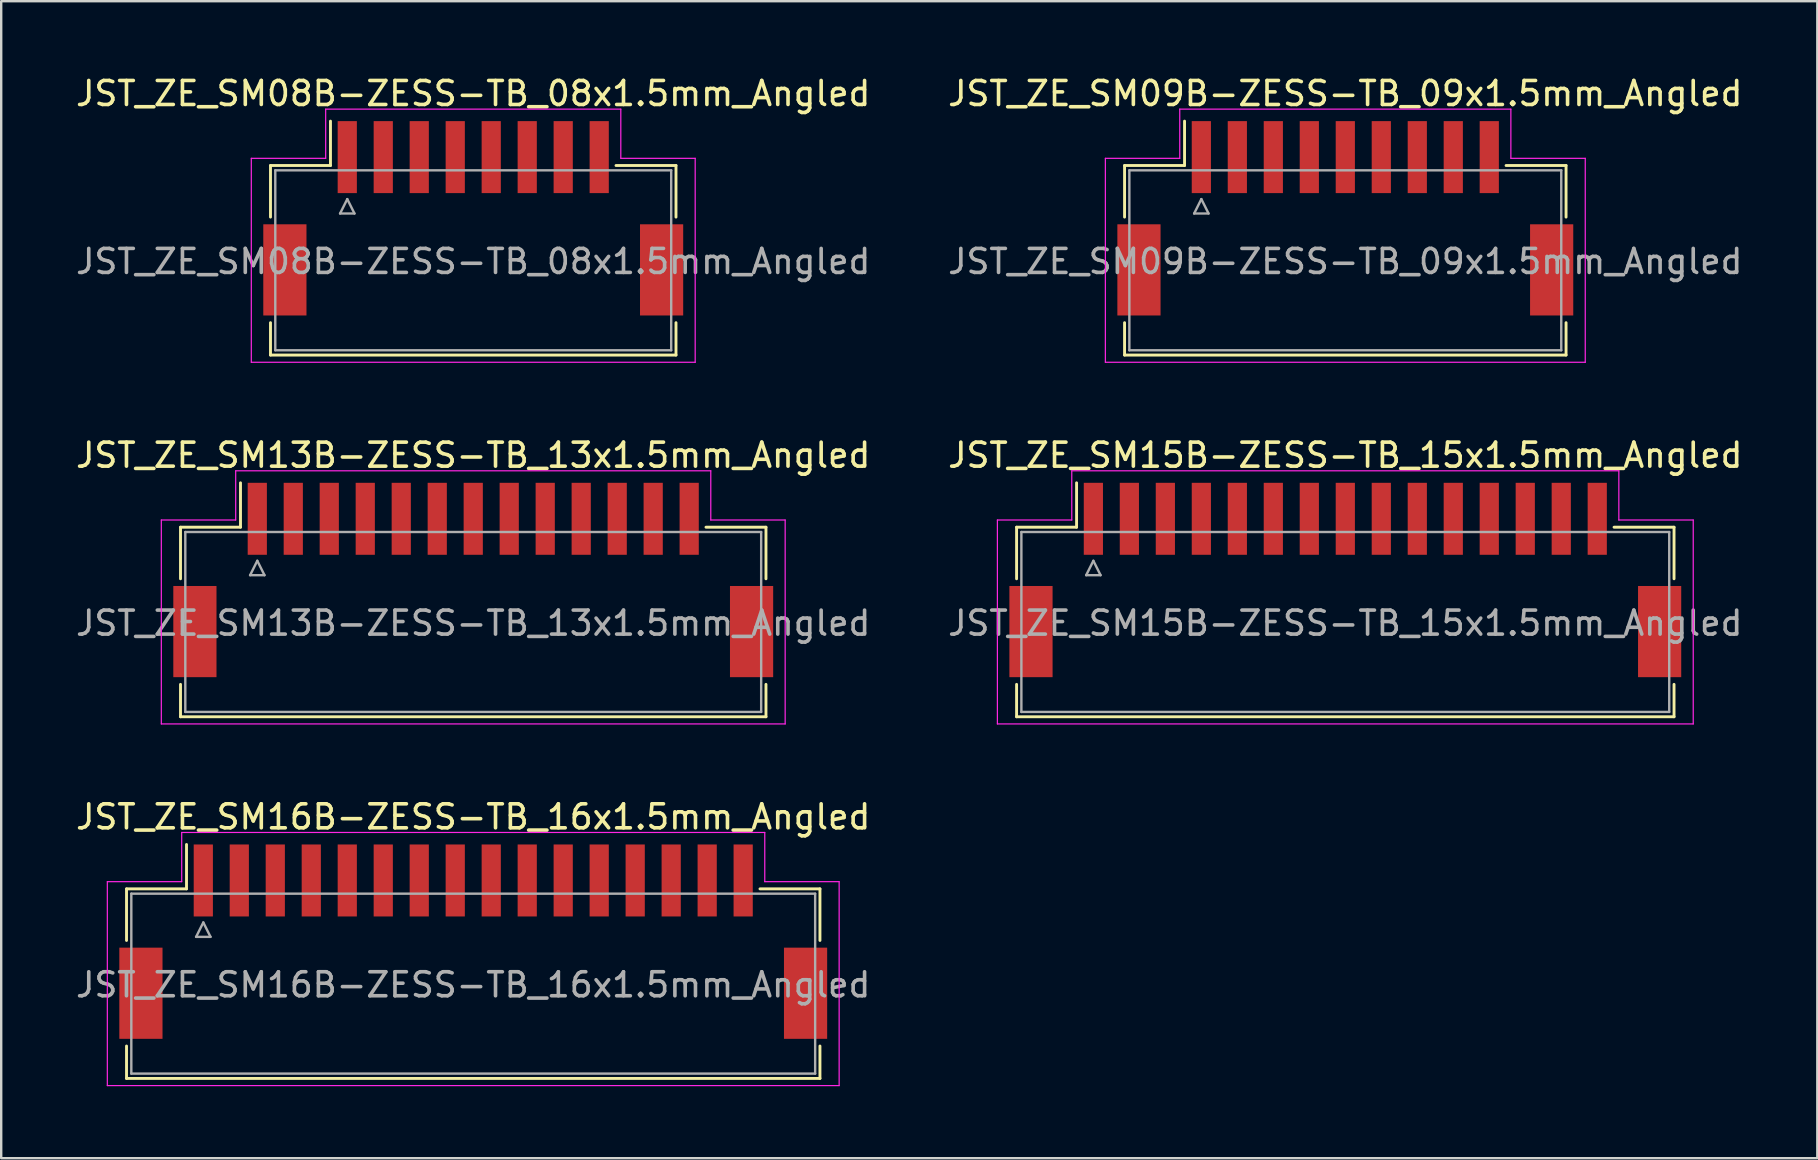
<source format=kicad_pcb>
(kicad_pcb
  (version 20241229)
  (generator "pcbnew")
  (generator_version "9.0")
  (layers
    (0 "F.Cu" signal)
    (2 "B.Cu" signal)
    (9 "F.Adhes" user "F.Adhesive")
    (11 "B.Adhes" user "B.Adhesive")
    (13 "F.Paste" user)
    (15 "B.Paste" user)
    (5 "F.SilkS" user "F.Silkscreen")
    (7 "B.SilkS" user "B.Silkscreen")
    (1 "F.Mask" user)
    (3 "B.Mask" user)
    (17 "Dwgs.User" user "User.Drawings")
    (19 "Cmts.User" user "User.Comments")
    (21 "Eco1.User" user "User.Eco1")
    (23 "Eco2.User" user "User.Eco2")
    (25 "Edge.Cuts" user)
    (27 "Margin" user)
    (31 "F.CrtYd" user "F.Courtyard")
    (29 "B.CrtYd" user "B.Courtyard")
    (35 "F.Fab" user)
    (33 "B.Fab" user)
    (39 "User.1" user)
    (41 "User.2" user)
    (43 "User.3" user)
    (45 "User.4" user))
  (footprint "JST_ZE_SM16B-ZESS-TB_16x1.5mm_Angled"
    (layer "F.Cu")
    (at 16.673 35.995)
    (property "Reference" "JST_ZE_SM16B-ZESS-TB_16x1.5mm_Angled" (at 0 -5 0) (layer "F.SilkS") (effects (font (size 1 1) (thickness 0.15))))
    (attr smd)
    (fp_line (start -14.45 -2) (end -11.95 -2) (stroke (width 0.12) (type solid)) (layer "F.SilkS"))
    (fp_line (start -14.45 0.15) (end -14.45 -2) (stroke (width 0.12) (type solid)) (layer "F.SilkS"))
    (fp_line (start -14.45 4.55) (end -14.45 5.9) (stroke (width 0.12) (type solid)) (layer "F.SilkS"))
    (fp_line (start -14.45 5.9) (end 14.45 5.9) (stroke (width 0.12) (type solid)) (layer "F.SilkS"))
    (fp_line (start -11.95 -2) (end -11.95 -3.85) (stroke (width 0.12) (type solid)) (layer "F.SilkS"))
    (fp_line (start 14.45 -2) (end 11.95 -2) (stroke (width 0.12) (type solid)) (layer "F.SilkS"))
    (fp_line (start 14.45 0.15) (end 14.45 -2) (stroke (width 0.12) (type solid)) (layer "F.SilkS"))
    (fp_line (start 14.45 5.9) (end 14.45 4.55) (stroke (width 0.12) (type solid)) (layer "F.SilkS"))
    (fp_line (start -15.25 -2.3) (end -15.25 6.2) (stroke (width 0.05) (type solid)) (layer "F.CrtYd"))
    (fp_line (start -15.25 6.2) (end 15.25 6.2) (stroke (width 0.05) (type solid)) (layer "F.CrtYd"))
    (fp_line (start -12.15 -4.35) (end -12.15 -2.3) (stroke (width 0.05) (type solid)) (layer "F.CrtYd"))
    (fp_line (start -12.15 -2.3) (end -15.25 -2.3) (stroke (width 0.05) (type solid)) (layer "F.CrtYd"))
    (fp_line (start 12.15 -4.35) (end -12.15 -4.35) (stroke (width 0.05) (type solid)) (layer "F.CrtYd"))
    (fp_line (start 12.15 -2.3) (end 12.15 -4.35) (stroke (width 0.05) (type solid)) (layer "F.CrtYd"))
    (fp_line (start 15.25 -2.3) (end 12.15 -2.3) (stroke (width 0.05) (type solid)) (layer "F.CrtYd"))
    (fp_line (start 15.25 6.2) (end 15.25 -2.3) (stroke (width 0.05) (type solid)) (layer "F.CrtYd"))
    (fp_line (start -14.25 -1.8) (end -14.25 5.7) (stroke (width 0.1) (type solid)) (layer "F.Fab"))
    (fp_line (start -14.25 5.7) (end 14.25 5.7) (stroke (width 0.1) (type solid)) (layer "F.Fab"))
    (fp_line (start -11.55 0) (end -10.95 0) (stroke (width 0.1) (type solid)) (layer "F.Fab"))
    (fp_line (start -11.25 -0.6) (end -11.55 0) (stroke (width 0.1) (type solid)) (layer "F.Fab"))
    (fp_line (start -10.95 0) (end -11.25 -0.6) (stroke (width 0.1) (type solid)) (layer "F.Fab"))
    (fp_line (start 14.25 -1.8) (end -14.25 -1.8) (stroke (width 0.1) (type solid)) (layer "F.Fab"))
    (fp_line (start 14.25 5.7) (end 14.25 -1.8) (stroke (width 0.1) (type solid)) (layer "F.Fab"))
    (fp_text user "${REFERENCE}" (at 0 2 0) (layer "F.Fab") (effects (font (size 1 1) (thickness 0.15))))
    (pad "" smd rect (at -13.85 2.35) (size 1.8 3.8) (layers "F.Cu" "F.Mask" "F.Paste"))
    (pad "" smd rect (at 13.85 2.35) (size 1.8 3.8) (layers "F.Cu" "F.Mask" "F.Paste"))
    (pad "1" smd rect (at -11.25 -2.35) (size 0.8 3) (layers "F.Cu" "F.Mask" "F.Paste"))
    (pad "2" smd rect (at -9.75 -2.35) (size 0.8 3) (layers "F.Cu" "F.Mask" "F.Paste"))
    (pad "3" smd rect (at -8.25 -2.35) (size 0.8 3) (layers "F.Cu" "F.Mask" "F.Paste"))
    (pad "4" smd rect (at -6.75 -2.35) (size 0.8 3) (layers "F.Cu" "F.Mask" "F.Paste"))
    (pad "5" smd rect (at -5.25 -2.35) (size 0.8 3) (layers "F.Cu" "F.Mask" "F.Paste"))
    (pad "6" smd rect (at -3.75 -2.35) (size 0.8 3) (layers "F.Cu" "F.Mask" "F.Paste"))
    (pad "7" smd rect (at -2.25 -2.35) (size 0.8 3) (layers "F.Cu" "F.Mask" "F.Paste"))
    (pad "8" smd rect (at -0.75 -2.35) (size 0.8 3) (layers "F.Cu" "F.Mask" "F.Paste"))
    (pad "9" smd rect (at 0.75 -2.35) (size 0.8 3) (layers "F.Cu" "F.Mask" "F.Paste"))
    (pad "10" smd rect (at 2.25 -2.35) (size 0.8 3) (layers "F.Cu" "F.Mask" "F.Paste"))
    (pad "11" smd rect (at 3.75 -2.35) (size 0.8 3) (layers "F.Cu" "F.Mask" "F.Paste"))
    (pad "12" smd rect (at 5.25 -2.35) (size 0.8 3) (layers "F.Cu" "F.Mask" "F.Paste"))
    (pad "13" smd rect (at 6.75 -2.35) (size 0.8 3) (layers "F.Cu" "F.Mask" "F.Paste"))
    (pad "14" smd rect (at 8.25 -2.35) (size 0.8 3) (layers "F.Cu" "F.Mask" "F.Paste"))
    (pad "15" smd rect (at 9.75 -2.35) (size 0.8 3) (layers "F.Cu" "F.Mask" "F.Paste"))
    (pad "16" smd rect (at 11.25 -2.35) (size 0.8 3) (layers "F.Cu" "F.Mask" "F.Paste")))
  (footprint "JST_ZE_SM08B-ZESS-TB_08x1.5mm_Angled"
    (layer "F.Cu")
    (at 16.673 5.848)
    (property "Reference" "JST_ZE_SM08B-ZESS-TB_08x1.5mm_Angled" (at 0 -5 0) (layer "F.SilkS") (effects (font (size 1 1) (thickness 0.15))))
    (attr smd)
    (fp_line (start -8.45 -2) (end -5.95 -2) (stroke (width 0.12) (type solid)) (layer "F.SilkS"))
    (fp_line (start -8.45 0.15) (end -8.45 -2) (stroke (width 0.12) (type solid)) (layer "F.SilkS"))
    (fp_line (start -8.45 4.55) (end -8.45 5.9) (stroke (width 0.12) (type solid)) (layer "F.SilkS"))
    (fp_line (start -8.45 5.9) (end 8.45 5.9) (stroke (width 0.12) (type solid)) (layer "F.SilkS"))
    (fp_line (start -5.95 -2) (end -5.95 -3.85) (stroke (width 0.12) (type solid)) (layer "F.SilkS"))
    (fp_line (start 8.45 -2) (end 5.95 -2) (stroke (width 0.12) (type solid)) (layer "F.SilkS"))
    (fp_line (start 8.45 0.15) (end 8.45 -2) (stroke (width 0.12) (type solid)) (layer "F.SilkS"))
    (fp_line (start 8.45 5.9) (end 8.45 4.55) (stroke (width 0.12) (type solid)) (layer "F.SilkS"))
    (fp_line (start -9.25 -2.3) (end -9.25 6.2) (stroke (width 0.05) (type solid)) (layer "F.CrtYd"))
    (fp_line (start -9.25 6.2) (end 9.25 6.2) (stroke (width 0.05) (type solid)) (layer "F.CrtYd"))
    (fp_line (start -6.15 -4.35) (end -6.15 -2.3) (stroke (width 0.05) (type solid)) (layer "F.CrtYd"))
    (fp_line (start -6.15 -2.3) (end -9.25 -2.3) (stroke (width 0.05) (type solid)) (layer "F.CrtYd"))
    (fp_line (start 6.15 -4.35) (end -6.15 -4.35) (stroke (width 0.05) (type solid)) (layer "F.CrtYd"))
    (fp_line (start 6.15 -2.3) (end 6.15 -4.35) (stroke (width 0.05) (type solid)) (layer "F.CrtYd"))
    (fp_line (start 9.25 -2.3) (end 6.15 -2.3) (stroke (width 0.05) (type solid)) (layer "F.CrtYd"))
    (fp_line (start 9.25 6.2) (end 9.25 -2.3) (stroke (width 0.05) (type solid)) (layer "F.CrtYd"))
    (fp_line (start -8.25 -1.8) (end -8.25 5.7) (stroke (width 0.1) (type solid)) (layer "F.Fab"))
    (fp_line (start -8.25 5.7) (end 8.25 5.7) (stroke (width 0.1) (type solid)) (layer "F.Fab"))
    (fp_line (start -5.55 0) (end -4.95 0) (stroke (width 0.1) (type solid)) (layer "F.Fab"))
    (fp_line (start -5.25 -0.6) (end -5.55 0) (stroke (width 0.1) (type solid)) (layer "F.Fab"))
    (fp_line (start -4.95 0) (end -5.25 -0.6) (stroke (width 0.1) (type solid)) (layer "F.Fab"))
    (fp_line (start 8.25 -1.8) (end -8.25 -1.8) (stroke (width 0.1) (type solid)) (layer "F.Fab"))
    (fp_line (start 8.25 5.7) (end 8.25 -1.8) (stroke (width 0.1) (type solid)) (layer "F.Fab"))
    (fp_text user "${REFERENCE}" (at 0 2 0) (layer "F.Fab") (effects (font (size 1 1) (thickness 0.15))))
    (pad "" smd rect (at -7.85 2.35) (size 1.8 3.8) (layers "F.Cu" "F.Mask" "F.Paste"))
    (pad "" smd rect (at 7.85 2.35) (size 1.8 3.8) (layers "F.Cu" "F.Mask" "F.Paste"))
    (pad "1" smd rect (at -5.25 -2.35) (size 0.8 3) (layers "F.Cu" "F.Mask" "F.Paste"))
    (pad "2" smd rect (at -3.75 -2.35) (size 0.8 3) (layers "F.Cu" "F.Mask" "F.Paste"))
    (pad "3" smd rect (at -2.25 -2.35) (size 0.8 3) (layers "F.Cu" "F.Mask" "F.Paste"))
    (pad "4" smd rect (at -0.75 -2.35) (size 0.8 3) (layers "F.Cu" "F.Mask" "F.Paste"))
    (pad "5" smd rect (at 0.75 -2.35) (size 0.8 3) (layers "F.Cu" "F.Mask" "F.Paste"))
    (pad "6" smd rect (at 2.25 -2.35) (size 0.8 3) (layers "F.Cu" "F.Mask" "F.Paste"))
    (pad "7" smd rect (at 3.75 -2.35) (size 0.8 3) (layers "F.Cu" "F.Mask" "F.Paste"))
    (pad "8" smd rect (at 5.25 -2.35) (size 0.8 3) (layers "F.Cu" "F.Mask" "F.Paste")))
  (footprint "JST_ZE_SM13B-ZESS-TB_13x1.5mm_Angled"
    (layer "F.Cu")
    (at 16.673 20.922)
    (property "Reference" "JST_ZE_SM13B-ZESS-TB_13x1.5mm_Angled" (at 0 -5 0) (layer "F.SilkS") (effects (font (size 1 1) (thickness 0.15))))
    (attr smd)
    (fp_line (start -12.2 -2) (end -9.7 -2) (stroke (width 0.12) (type solid)) (layer "F.SilkS"))
    (fp_line (start -12.2 0.15) (end -12.2 -2) (stroke (width 0.12) (type solid)) (layer "F.SilkS"))
    (fp_line (start -12.2 4.55) (end -12.2 5.9) (stroke (width 0.12) (type solid)) (layer "F.SilkS"))
    (fp_line (start -12.2 5.9) (end 12.2 5.9) (stroke (width 0.12) (type solid)) (layer "F.SilkS"))
    (fp_line (start -9.7 -2) (end -9.7 -3.85) (stroke (width 0.12) (type solid)) (layer "F.SilkS"))
    (fp_line (start 12.2 -2) (end 9.7 -2) (stroke (width 0.12) (type solid)) (layer "F.SilkS"))
    (fp_line (start 12.2 0.15) (end 12.2 -2) (stroke (width 0.12) (type solid)) (layer "F.SilkS"))
    (fp_line (start 12.2 5.9) (end 12.2 4.55) (stroke (width 0.12) (type solid)) (layer "F.SilkS"))
    (fp_line (start -13 -2.3) (end -13 6.2) (stroke (width 0.05) (type solid)) (layer "F.CrtYd"))
    (fp_line (start -13 6.2) (end 13 6.2) (stroke (width 0.05) (type solid)) (layer "F.CrtYd"))
    (fp_line (start -9.9 -4.35) (end -9.9 -2.3) (stroke (width 0.05) (type solid)) (layer "F.CrtYd"))
    (fp_line (start -9.9 -2.3) (end -13 -2.3) (stroke (width 0.05) (type solid)) (layer "F.CrtYd"))
    (fp_line (start 9.9 -4.35) (end -9.9 -4.35) (stroke (width 0.05) (type solid)) (layer "F.CrtYd"))
    (fp_line (start 9.9 -2.3) (end 9.9 -4.35) (stroke (width 0.05) (type solid)) (layer "F.CrtYd"))
    (fp_line (start 13 -2.3) (end 9.9 -2.3) (stroke (width 0.05) (type solid)) (layer "F.CrtYd"))
    (fp_line (start 13 6.2) (end 13 -2.3) (stroke (width 0.05) (type solid)) (layer "F.CrtYd"))
    (fp_line (start -12 -1.8) (end -12 5.7) (stroke (width 0.1) (type solid)) (layer "F.Fab"))
    (fp_line (start -12 5.7) (end 12 5.7) (stroke (width 0.1) (type solid)) (layer "F.Fab"))
    (fp_line (start -9.3 0) (end -8.7 0) (stroke (width 0.1) (type solid)) (layer "F.Fab"))
    (fp_line (start -9 -0.6) (end -9.3 0) (stroke (width 0.1) (type solid)) (layer "F.Fab"))
    (fp_line (start -8.7 0) (end -9 -0.6) (stroke (width 0.1) (type solid)) (layer "F.Fab"))
    (fp_line (start 12 -1.8) (end -12 -1.8) (stroke (width 0.1) (type solid)) (layer "F.Fab"))
    (fp_line (start 12 5.7) (end 12 -1.8) (stroke (width 0.1) (type solid)) (layer "F.Fab"))
    (fp_text user "${REFERENCE}" (at 0 2 0) (layer "F.Fab") (effects (font (size 1 1) (thickness 0.15))))
    (pad "" smd rect (at -11.6 2.35) (size 1.8 3.8) (layers "F.Cu" "F.Mask" "F.Paste"))
    (pad "" smd rect (at 11.6 2.35) (size 1.8 3.8) (layers "F.Cu" "F.Mask" "F.Paste"))
    (pad "1" smd rect (at -9 -2.35) (size 0.8 3) (layers "F.Cu" "F.Mask" "F.Paste"))
    (pad "2" smd rect (at -7.5 -2.35) (size 0.8 3) (layers "F.Cu" "F.Mask" "F.Paste"))
    (pad "3" smd rect (at -6 -2.35) (size 0.8 3) (layers "F.Cu" "F.Mask" "F.Paste"))
    (pad "4" smd rect (at -4.5 -2.35) (size 0.8 3) (layers "F.Cu" "F.Mask" "F.Paste"))
    (pad "5" smd rect (at -3 -2.35) (size 0.8 3) (layers "F.Cu" "F.Mask" "F.Paste"))
    (pad "6" smd rect (at -1.5 -2.35) (size 0.8 3) (layers "F.Cu" "F.Mask" "F.Paste"))
    (pad "7" smd rect (at 0 -2.35) (size 0.8 3) (layers "F.Cu" "F.Mask" "F.Paste"))
    (pad "8" smd rect (at 1.5 -2.35) (size 0.8 3) (layers "F.Cu" "F.Mask" "F.Paste"))
    (pad "9" smd rect (at 3 -2.35) (size 0.8 3) (layers "F.Cu" "F.Mask" "F.Paste"))
    (pad "10" smd rect (at 4.5 -2.35) (size 0.8 3) (layers "F.Cu" "F.Mask" "F.Paste"))
    (pad "11" smd rect (at 6 -2.35) (size 0.8 3) (layers "F.Cu" "F.Mask" "F.Paste"))
    (pad "12" smd rect (at 7.5 -2.35) (size 0.8 3) (layers "F.Cu" "F.Mask" "F.Paste"))
    (pad "13" smd rect (at 9 -2.35) (size 0.8 3) (layers "F.Cu" "F.Mask" "F.Paste")))
  (footprint "JST_ZE_SM15B-ZESS-TB_15x1.5mm_Angled"
    (layer "F.Cu")
    (at 53.018 20.922)
    (property "Reference" "JST_ZE_SM15B-ZESS-TB_15x1.5mm_Angled" (at 0 -5 0) (layer "F.SilkS") (effects (font (size 1 1) (thickness 0.15))))
    (attr smd)
    (fp_line (start -13.7 -2) (end -11.2 -2) (stroke (width 0.12) (type solid)) (layer "F.SilkS"))
    (fp_line (start -13.7 0.15) (end -13.7 -2) (stroke (width 0.12) (type solid)) (layer "F.SilkS"))
    (fp_line (start -13.7 4.55) (end -13.7 5.9) (stroke (width 0.12) (type solid)) (layer "F.SilkS"))
    (fp_line (start -13.7 5.9) (end 13.7 5.9) (stroke (width 0.12) (type solid)) (layer "F.SilkS"))
    (fp_line (start -11.2 -2) (end -11.2 -3.85) (stroke (width 0.12) (type solid)) (layer "F.SilkS"))
    (fp_line (start 13.7 -2) (end 11.2 -2) (stroke (width 0.12) (type solid)) (layer "F.SilkS"))
    (fp_line (start 13.7 0.15) (end 13.7 -2) (stroke (width 0.12) (type solid)) (layer "F.SilkS"))
    (fp_line (start 13.7 5.9) (end 13.7 4.55) (stroke (width 0.12) (type solid)) (layer "F.SilkS"))
    (fp_line (start -14.5 -2.3) (end -14.5 6.2) (stroke (width 0.05) (type solid)) (layer "F.CrtYd"))
    (fp_line (start -14.5 6.2) (end 14.5 6.2) (stroke (width 0.05) (type solid)) (layer "F.CrtYd"))
    (fp_line (start -11.4 -4.35) (end -11.4 -2.3) (stroke (width 0.05) (type solid)) (layer "F.CrtYd"))
    (fp_line (start -11.4 -2.3) (end -14.5 -2.3) (stroke (width 0.05) (type solid)) (layer "F.CrtYd"))
    (fp_line (start 11.4 -4.35) (end -11.4 -4.35) (stroke (width 0.05) (type solid)) (layer "F.CrtYd"))
    (fp_line (start 11.4 -2.3) (end 11.4 -4.35) (stroke (width 0.05) (type solid)) (layer "F.CrtYd"))
    (fp_line (start 14.5 -2.3) (end 11.4 -2.3) (stroke (width 0.05) (type solid)) (layer "F.CrtYd"))
    (fp_line (start 14.5 6.2) (end 14.5 -2.3) (stroke (width 0.05) (type solid)) (layer "F.CrtYd"))
    (fp_line (start -13.5 -1.8) (end -13.5 5.7) (stroke (width 0.1) (type solid)) (layer "F.Fab"))
    (fp_line (start -13.5 5.7) (end 13.5 5.7) (stroke (width 0.1) (type solid)) (layer "F.Fab"))
    (fp_line (start -10.8 0) (end -10.2 0) (stroke (width 0.1) (type solid)) (layer "F.Fab"))
    (fp_line (start -10.5 -0.6) (end -10.8 0) (stroke (width 0.1) (type solid)) (layer "F.Fab"))
    (fp_line (start -10.2 0) (end -10.5 -0.6) (stroke (width 0.1) (type solid)) (layer "F.Fab"))
    (fp_line (start 13.5 -1.8) (end -13.5 -1.8) (stroke (width 0.1) (type solid)) (layer "F.Fab"))
    (fp_line (start 13.5 5.7) (end 13.5 -1.8) (stroke (width 0.1) (type solid)) (layer "F.Fab"))
    (fp_text user "${REFERENCE}" (at 0 2 0) (layer "F.Fab") (effects (font (size 1 1) (thickness 0.15))))
    (pad "" smd rect (at -13.1 2.35) (size 1.8 3.8) (layers "F.Cu" "F.Mask" "F.Paste"))
    (pad "" smd rect (at 13.1 2.35) (size 1.8 3.8) (layers "F.Cu" "F.Mask" "F.Paste"))
    (pad "1" smd rect (at -10.5 -2.35) (size 0.8 3) (layers "F.Cu" "F.Mask" "F.Paste"))
    (pad "2" smd rect (at -9 -2.35) (size 0.8 3) (layers "F.Cu" "F.Mask" "F.Paste"))
    (pad "3" smd rect (at -7.5 -2.35) (size 0.8 3) (layers "F.Cu" "F.Mask" "F.Paste"))
    (pad "4" smd rect (at -6 -2.35) (size 0.8 3) (layers "F.Cu" "F.Mask" "F.Paste"))
    (pad "5" smd rect (at -4.5 -2.35) (size 0.8 3) (layers "F.Cu" "F.Mask" "F.Paste"))
    (pad "6" smd rect (at -3 -2.35) (size 0.8 3) (layers "F.Cu" "F.Mask" "F.Paste"))
    (pad "7" smd rect (at -1.5 -2.35) (size 0.8 3) (layers "F.Cu" "F.Mask" "F.Paste"))
    (pad "8" smd rect (at 0 -2.35) (size 0.8 3) (layers "F.Cu" "F.Mask" "F.Paste"))
    (pad "9" smd rect (at 1.5 -2.35) (size 0.8 3) (layers "F.Cu" "F.Mask" "F.Paste"))
    (pad "10" smd rect (at 3 -2.35) (size 0.8 3) (layers "F.Cu" "F.Mask" "F.Paste"))
    (pad "11" smd rect (at 4.5 -2.35) (size 0.8 3) (layers "F.Cu" "F.Mask" "F.Paste"))
    (pad "12" smd rect (at 6 -2.35) (size 0.8 3) (layers "F.Cu" "F.Mask" "F.Paste"))
    (pad "13" smd rect (at 7.5 -2.35) (size 0.8 3) (layers "F.Cu" "F.Mask" "F.Paste"))
    (pad "14" smd rect (at 9 -2.35) (size 0.8 3) (layers "F.Cu" "F.Mask" "F.Paste"))
    (pad "15" smd rect (at 10.5 -2.35) (size 0.8 3) (layers "F.Cu" "F.Mask" "F.Paste")))
  (footprint "JST_ZE_SM09B-ZESS-TB_09x1.5mm_Angled"
    (layer "F.Cu")
    (at 53.018 5.848)
    (property "Reference" "JST_ZE_SM09B-ZESS-TB_09x1.5mm_Angled" (at 0 -5 0) (layer "F.SilkS") (effects (font (size 1 1) (thickness 0.15))))
    (attr smd)
    (fp_line (start -9.2 -2) (end -6.7 -2) (stroke (width 0.12) (type solid)) (layer "F.SilkS"))
    (fp_line (start -9.2 0.15) (end -9.2 -2) (stroke (width 0.12) (type solid)) (layer "F.SilkS"))
    (fp_line (start -9.2 4.55) (end -9.2 5.9) (stroke (width 0.12) (type solid)) (layer "F.SilkS"))
    (fp_line (start -9.2 5.9) (end 9.2 5.9) (stroke (width 0.12) (type solid)) (layer "F.SilkS"))
    (fp_line (start -6.7 -2) (end -6.7 -3.85) (stroke (width 0.12) (type solid)) (layer "F.SilkS"))
    (fp_line (start 9.2 -2) (end 6.7 -2) (stroke (width 0.12) (type solid)) (layer "F.SilkS"))
    (fp_line (start 9.2 0.15) (end 9.2 -2) (stroke (width 0.12) (type solid)) (layer "F.SilkS"))
    (fp_line (start 9.2 5.9) (end 9.2 4.55) (stroke (width 0.12) (type solid)) (layer "F.SilkS"))
    (fp_line (start -10 -2.3) (end -10 6.2) (stroke (width 0.05) (type solid)) (layer "F.CrtYd"))
    (fp_line (start -10 6.2) (end 10 6.2) (stroke (width 0.05) (type solid)) (layer "F.CrtYd"))
    (fp_line (start -6.9 -4.35) (end -6.9 -2.3) (stroke (width 0.05) (type solid)) (layer "F.CrtYd"))
    (fp_line (start -6.9 -2.3) (end -10 -2.3) (stroke (width 0.05) (type solid)) (layer "F.CrtYd"))
    (fp_line (start 6.9 -4.35) (end -6.9 -4.35) (stroke (width 0.05) (type solid)) (layer "F.CrtYd"))
    (fp_line (start 6.9 -2.3) (end 6.9 -4.35) (stroke (width 0.05) (type solid)) (layer "F.CrtYd"))
    (fp_line (start 10 -2.3) (end 6.9 -2.3) (stroke (width 0.05) (type solid)) (layer "F.CrtYd"))
    (fp_line (start 10 6.2) (end 10 -2.3) (stroke (width 0.05) (type solid)) (layer "F.CrtYd"))
    (fp_line (start -9 -1.8) (end -9 5.7) (stroke (width 0.1) (type solid)) (layer "F.Fab"))
    (fp_line (start -9 5.7) (end 9 5.7) (stroke (width 0.1) (type solid)) (layer "F.Fab"))
    (fp_line (start -6.3 0) (end -5.7 0) (stroke (width 0.1) (type solid)) (layer "F.Fab"))
    (fp_line (start -6 -0.6) (end -6.3 0) (stroke (width 0.1) (type solid)) (layer "F.Fab"))
    (fp_line (start -5.7 0) (end -6 -0.6) (stroke (width 0.1) (type solid)) (layer "F.Fab"))
    (fp_line (start 9 -1.8) (end -9 -1.8) (stroke (width 0.1) (type solid)) (layer "F.Fab"))
    (fp_line (start 9 5.7) (end 9 -1.8) (stroke (width 0.1) (type solid)) (layer "F.Fab"))
    (fp_text user "${REFERENCE}" (at 0 2 0) (layer "F.Fab") (effects (font (size 1 1) (thickness 0.15))))
    (pad "" smd rect (at -8.6 2.35) (size 1.8 3.8) (layers "F.Cu" "F.Mask" "F.Paste"))
    (pad "" smd rect (at 8.6 2.35) (size 1.8 3.8) (layers "F.Cu" "F.Mask" "F.Paste"))
    (pad "1" smd rect (at -6 -2.35) (size 0.8 3) (layers "F.Cu" "F.Mask" "F.Paste"))
    (pad "2" smd rect (at -4.5 -2.35) (size 0.8 3) (layers "F.Cu" "F.Mask" "F.Paste"))
    (pad "3" smd rect (at -3 -2.35) (size 0.8 3) (layers "F.Cu" "F.Mask" "F.Paste"))
    (pad "4" smd rect (at -1.5 -2.35) (size 0.8 3) (layers "F.Cu" "F.Mask" "F.Paste"))
    (pad "5" smd rect (at 0 -2.35) (size 0.8 3) (layers "F.Cu" "F.Mask" "F.Paste"))
    (pad "6" smd rect (at 1.5 -2.35) (size 0.8 3) (layers "F.Cu" "F.Mask" "F.Paste"))
    (pad "7" smd rect (at 3 -2.35) (size 0.8 3) (layers "F.Cu" "F.Mask" "F.Paste"))
    (pad "8" smd rect (at 4.5 -2.35) (size 0.8 3) (layers "F.Cu" "F.Mask" "F.Paste"))
    (pad "9" smd rect (at 6 -2.35) (size 0.8 3) (layers "F.Cu" "F.Mask" "F.Paste")))
  (gr_rect
    (start -3 -3)
    (end 72.69 45.22)
    (stroke (width 0.1) (type default))
    (fill no)
    (layer "Edge.Cuts")))
</source>
